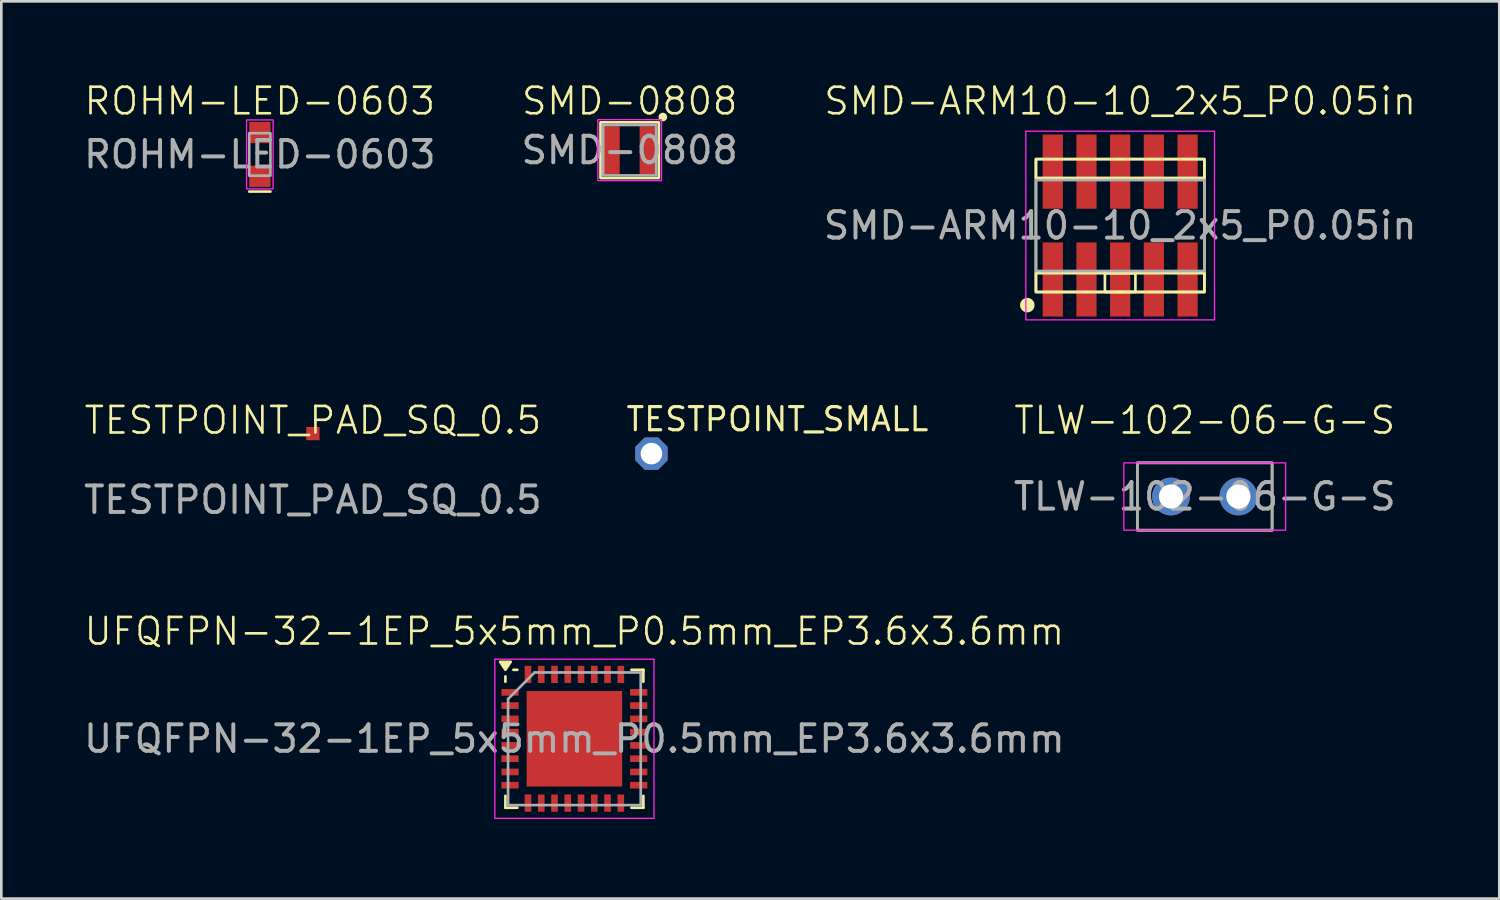
<source format=kicad_pcb>
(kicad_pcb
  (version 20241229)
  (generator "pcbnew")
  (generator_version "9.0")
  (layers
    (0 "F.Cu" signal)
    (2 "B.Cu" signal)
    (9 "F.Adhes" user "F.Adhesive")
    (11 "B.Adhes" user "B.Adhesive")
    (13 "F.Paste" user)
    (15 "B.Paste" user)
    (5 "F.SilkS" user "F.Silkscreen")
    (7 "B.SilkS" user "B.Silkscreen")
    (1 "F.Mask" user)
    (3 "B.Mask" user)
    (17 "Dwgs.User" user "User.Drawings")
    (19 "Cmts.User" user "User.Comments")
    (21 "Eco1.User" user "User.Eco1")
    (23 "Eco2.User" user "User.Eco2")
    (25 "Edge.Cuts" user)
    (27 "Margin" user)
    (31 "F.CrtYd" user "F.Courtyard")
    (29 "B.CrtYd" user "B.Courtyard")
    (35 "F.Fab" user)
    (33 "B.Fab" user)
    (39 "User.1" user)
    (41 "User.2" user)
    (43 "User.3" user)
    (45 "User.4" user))
  (footprint "SMD-ARM10-10_2x5_P0.05in"
    (layer "F.Cu")
    (at 39.173 5.452)
    (property "Reference" "SMD-ARM10-10_2x5_P0.05in" (at 0 -4.691 0) (unlocked yes) (layer "F.SilkS") (effects (font (size 1 1) (thickness 0.1))))
    (attr smd)
    (fp_rect (start -3.175 -2.505) (end 3.175 -1.795) (stroke (width 0.1) (type default)) (fill no) (layer "F.SilkS"))
    (fp_rect (start -3.175 -2.505) (end 3.175 2.505) (stroke (width 0.1) (type default)) (fill no) (layer "F.SilkS"))
    (fp_rect (start -3.175 1.795) (end 3.175 2.505) (stroke (width 0.1) (type default)) (fill no) (layer "F.SilkS"))
    (fp_rect (start -0.575 1.795) (end 0.575 2.505) (stroke (width 0.1) (type default)) (fill no) (layer "F.SilkS"))
    (fp_circle (center -3.5 3) (end -3.3 2.9) (stroke (width 0.1) (type default)) (fill yes) (layer "F.SilkS"))
    (fp_rect (start -3.556 -3.556) (end 3.556 3.556) (stroke (width 0.05) (type default)) (fill no) (layer "F.CrtYd"))
    (fp_rect (start -3.175 -1.714) (end 3.175 1.714) (stroke (width 0.1) (type default)) (fill no) (layer "F.Fab"))
    (fp_text user "${REFERENCE}" (at 0 0 0) (unlocked yes) (layer "F.Fab") (effects (font (size 1 1) (thickness 0.15))))
    (pad "1" smd rect (at -2.54 2.032) (size 0.762 2.794) (layers "F.Cu" "F.Mask" "F.Paste"))
    (pad "2" smd rect (at -2.54 -2.032) (size 0.762 2.794) (layers "F.Cu" "F.Mask" "F.Paste"))
    (pad "3" smd rect (at -1.27 2.032) (size 0.762 2.794) (layers "F.Cu" "F.Mask" "F.Paste"))
    (pad "4" smd rect (at -1.27 -2.032) (size 0.762 2.794) (layers "F.Cu" "F.Mask" "F.Paste"))
    (pad "5" smd rect (at 0 2.032) (size 0.762 2.794) (layers "F.Cu" "F.Mask" "F.Paste"))
    (pad "6" smd rect (at 0 -2.032) (size 0.762 2.794) (layers "F.Cu" "F.Mask" "F.Paste"))
    (pad "7" smd rect (at 1.27 2.032) (size 0.762 2.794) (layers "F.Cu" "F.Mask" "F.Paste"))
    (pad "8" smd rect (at 1.27 -2.032) (size 0.762 2.794) (layers "F.Cu" "F.Mask" "F.Paste"))
    (pad "9" smd rect (at 2.54 2.032) (size 0.762 2.794) (layers "F.Cu" "F.Mask" "F.Paste"))
    (pad "10" smd rect (at 2.54 -2.032) (size 0.762 2.794) (layers "F.Cu" "F.Mask" "F.Paste")))
  (footprint "UFQFPN-32-1EP_5x5mm_P0.5mm_EP3.6x3.6mm"
    (layer "F.Cu")
    (at 18.601 24.797)
    (property "Reference" "UFQFPN-32-1EP_5x5mm_P0.5mm_EP3.6x3.6mm" (at 0 -4.05 0) (unlocked yes) (layer "F.SilkS") (effects (font (size 1 1) (thickness 0.1))))
    (attr smd)
    (fp_line (start -2.6 -2.15) (end -2.6 -2.35) (stroke (width 0.1) (type solid)) (layer "F.SilkS"))
    (fp_line (start -2.6 2.6) (end -2.6 2.15) (stroke (width 0.1) (type solid)) (layer "F.SilkS"))
    (fp_line (start -2.15 -2.6) (end -2.3 -2.6) (stroke (width 0.1) (type solid)) (layer "F.SilkS"))
    (fp_line (start -2.15 2.6) (end -2.6 2.6) (stroke (width 0.1) (type solid)) (layer "F.SilkS"))
    (fp_line (start 2.15 -2.6) (end 2.6 -2.6) (stroke (width 0.1) (type solid)) (layer "F.SilkS"))
    (fp_line (start 2.15 2.6) (end 2.6 2.6) (stroke (width 0.1) (type solid)) (layer "F.SilkS"))
    (fp_line (start 2.6 -2.6) (end 2.6 -2.15) (stroke (width 0.1) (type solid)) (layer "F.SilkS"))
    (fp_line (start 2.6 2.6) (end 2.6 2.15) (stroke (width 0.1) (type solid)) (layer "F.SilkS"))
    (fp_poly (pts (xy -2.6 -2.6) (xy -2.8 -2.9) (xy -2.4 -2.9) (xy -2.6 -2.6)) (stroke (width 0.1) (type solid)) (fill yes) (layer "F.SilkS"))
    (fp_line (start -3 -3) (end -3 3) (stroke (width 0.05) (type solid)) (layer "F.CrtYd"))
    (fp_line (start -3 3) (end 3 3) (stroke (width 0.05) (type solid)) (layer "F.CrtYd"))
    (fp_line (start 3 -3) (end -3 -3) (stroke (width 0.05) (type solid)) (layer "F.CrtYd"))
    (fp_line (start 3 3) (end 3 -3) (stroke (width 0.05) (type solid)) (layer "F.CrtYd"))
    (fp_line (start -2.5 -1.5) (end -1.5 -2.5) (stroke (width 0.1) (type solid)) (layer "F.Fab"))
    (fp_line (start -2.5 2.5) (end -2.5 -1.5) (stroke (width 0.1) (type solid)) (layer "F.Fab"))
    (fp_line (start -1.5 -2.5) (end 2.5 -2.5) (stroke (width 0.1) (type solid)) (layer "F.Fab"))
    (fp_line (start 2.5 -2.5) (end 2.5 2.5) (stroke (width 0.1) (type solid)) (layer "F.Fab"))
    (fp_line (start 2.5 2.5) (end -2.5 2.5) (stroke (width 0.1) (type solid)) (layer "F.Fab"))
    (fp_text user "${REFERENCE}" (at 0 0 0) (unlocked yes) (layer "F.Fab") (effects (font (size 1 1) (thickness 0.15))))
    (pad "" smd roundrect (at -0.875 -0.875) (size 1.41 1.41) (layers "F.Paste") (roundrect_rratio 0.177))
    (pad "" smd roundrect (at -0.875 0.875) (size 1.41 1.41) (layers "F.Paste") (roundrect_rratio 0.177))
    (pad "" smd roundrect (at 0.875 -0.875) (size 1.41 1.41) (layers "F.Paste") (roundrect_rratio 0.177))
    (pad "" smd roundrect (at 0.875 0.875) (size 1.41 1.41) (layers "F.Paste") (roundrect_rratio 0.177))
    (pad "1" smd rect (at -2.425 -1.75) (size 0.65 0.25) (layers "F.Cu" "F.Mask" "F.Paste"))
    (pad "2" smd rect (at -2.425 -1.25) (size 0.65 0.25) (layers "F.Cu" "F.Mask" "F.Paste"))
    (pad "3" smd rect (at -2.425 -0.75) (size 0.65 0.25) (layers "F.Cu" "F.Mask" "F.Paste"))
    (pad "4" smd rect (at -2.425 -0.25) (size 0.65 0.25) (layers "F.Cu" "F.Mask" "F.Paste"))
    (pad "5" smd rect (at -2.425 0.25) (size 0.65 0.25) (layers "F.Cu" "F.Mask" "F.Paste"))
    (pad "6" smd rect (at -2.425 0.75) (size 0.65 0.25) (layers "F.Cu" "F.Mask" "F.Paste"))
    (pad "7" smd rect (at -2.425 1.25) (size 0.65 0.25) (layers "F.Cu" "F.Mask" "F.Paste"))
    (pad "8" smd rect (at -2.425 1.75) (size 0.65 0.25) (layers "F.Cu" "F.Mask" "F.Paste"))
    (pad "9" smd rect (at -1.75 2.425) (size 0.25 0.65) (layers "F.Cu" "F.Mask" "F.Paste"))
    (pad "10" smd rect (at -1.25 2.425) (size 0.25 0.65) (layers "F.Cu" "F.Mask" "F.Paste"))
    (pad "11" smd rect (at -0.75 2.425) (size 0.25 0.65) (layers "F.Cu" "F.Mask" "F.Paste"))
    (pad "12" smd rect (at -0.25 2.425) (size 0.25 0.65) (layers "F.Cu" "F.Mask" "F.Paste"))
    (pad "13" smd rect (at 0.25 2.425) (size 0.25 0.65) (layers "F.Cu" "F.Mask" "F.Paste"))
    (pad "14" smd rect (at 0.75 2.425) (size 0.25 0.65) (layers "F.Cu" "F.Mask" "F.Paste"))
    (pad "15" smd rect (at 1.25 2.425) (size 0.25 0.65) (layers "F.Cu" "F.Mask" "F.Paste"))
    (pad "16" smd rect (at 1.75 2.425) (size 0.25 0.65) (layers "F.Cu" "F.Mask" "F.Paste"))
    (pad "17" smd rect (at 2.425 1.75) (size 0.65 0.25) (layers "F.Cu" "F.Mask" "F.Paste"))
    (pad "18" smd rect (at 2.425 1.25) (size 0.65 0.25) (layers "F.Cu" "F.Mask" "F.Paste"))
    (pad "19" smd rect (at 2.425 0.75) (size 0.65 0.25) (layers "F.Cu" "F.Mask" "F.Paste"))
    (pad "20" smd rect (at 2.425 0.25) (size 0.65 0.25) (layers "F.Cu" "F.Mask" "F.Paste"))
    (pad "21" smd rect (at 2.425 -0.25) (size 0.65 0.25) (layers "F.Cu" "F.Mask" "F.Paste"))
    (pad "22" smd rect (at 2.425 -0.75) (size 0.65 0.25) (layers "F.Cu" "F.Mask" "F.Paste"))
    (pad "23" smd rect (at 2.425 -1.25) (size 0.65 0.25) (layers "F.Cu" "F.Mask" "F.Paste"))
    (pad "24" smd rect (at 2.425 -1.75) (size 0.65 0.25) (layers "F.Cu" "F.Mask" "F.Paste"))
    (pad "25" smd rect (at 1.75 -2.425) (size 0.25 0.65) (layers "F.Cu" "F.Mask" "F.Paste"))
    (pad "26" smd rect (at 1.25 -2.425) (size 0.25 0.65) (layers "F.Cu" "F.Mask" "F.Paste"))
    (pad "27" smd rect (at 0.75 -2.425) (size 0.25 0.65) (layers "F.Cu" "F.Mask" "F.Paste"))
    (pad "28" smd rect (at 0.25 -2.425) (size 0.25 0.65) (layers "F.Cu" "F.Mask" "F.Paste"))
    (pad "29" smd rect (at -0.25 -2.425) (size 0.25 0.65) (layers "F.Cu" "F.Mask" "F.Paste"))
    (pad "30" smd rect (at -0.75 -2.425) (size 0.25 0.65) (layers "F.Cu" "F.Mask" "F.Paste"))
    (pad "31" smd rect (at -1.25 -2.425) (size 0.25 0.65) (layers "F.Cu" "F.Mask" "F.Paste"))
    (pad "32" smd rect (at -1.75 -2.425) (size 0.25 0.65) (layers "F.Cu" "F.Mask" "F.Paste"))
    (pad "33" smd rect (at 0 0) (size 3.6 3.6) (property pad_prop_heatsink) (layers "F.Cu" "F.Mask"))
    (zone (net_name "") (layer "F.Cu") (hatch edge 0.5) (connect_pads) (min_thickness 0.25) (filled_areas_thickness no) (keepout (tracks allowed) (vias allowed) (pads allowed) (copperpour not_allowed) (footprints allowed)) (placement (enabled no)) (fill) (polygon (pts (xy 15.601 21.797) (xy 15.601 27.797) (xy 21.601 27.797) (xy 21.601 21.797)))))
  (footprint "TLW-102-06-G-S"
    (layer "F.Cu")
    (at 42.36 15.666)
    (property "Reference" "TLW-102-06-G-S" (at 0 -2.873 0) (unlocked yes) (layer "F.SilkS") (effects (font (size 1 1) (thickness 0.1))))
    (attr smd)
    (fp_rect (start -2.54 -1.27) (end 2.54 1.27) (stroke (width 0.1) (type default)) (fill no) (layer "F.SilkS"))
    (fp_rect (start -3.048 -1.27) (end 3.048 1.27) (stroke (width 0.05) (type default)) (fill no) (layer "F.CrtYd"))
    (fp_rect (start -2.54 -1.27) (end 2.54 1.27) (stroke (width 0.1) (type default)) (fill no) (layer "F.Fab"))
    (fp_text user "${REFERENCE}" (at 0 0 0) (unlocked yes) (layer "F.Fab") (effects (font (size 1 1) (thickness 0.15))))
    (pad "1" thru_hole circle (at -1.27 0) (size 1.422 1.422) (drill 0.914) (layers "*.Cu" "*.Mask"))
    (pad "2" thru_hole circle (at 1.27 0) (size 1.422 1.422) (drill 0.914) (layers "*.Cu" "*.Mask")))
  (footprint "SMD-0808"
    (layer "F.Cu")
    (at 20.685 2.611)
    (property "Reference" "SMD-0808" (at 0 -1.85 0) (unlocked yes) (layer "F.SilkS") (effects (font (size 1 1) (thickness 0.1))))
    (attr smd)
    (fp_rect (start -1.1 -1.05) (end 1.1 1.05) (stroke (width 0.1) (type default)) (fill no) (layer "F.SilkS"))
    (fp_circle (center 1.25 -1.25) (end 1.3 -1.35) (stroke (width 0.1) (type default)) (fill yes) (layer "F.SilkS"))
    (fp_rect (start -1.2 -1.15) (end 1.2 1.15) (stroke (width 0.05) (type default)) (fill no) (layer "F.CrtYd"))
    (fp_rect (start -1 -0.95) (end 1 0.95) (stroke (width 0.1) (type default)) (fill no) (layer "F.Fab"))
    (fp_text user "${REFERENCE}" (at 0 0 0) (unlocked yes) (layer "F.Fab") (effects (font (size 1 1) (thickness 0.15))))
    (pad "1" smd rect (at -0.675 0) (size 0.6 1.8) (layers "F.Cu" "F.Mask" "F.Paste"))
    (pad "2" smd rect (at 0.675 0) (size 0.6 1.8) (layers "F.Cu" "F.Mask" "F.Paste")))
  (footprint "ROHM-LED-0603"
    (layer "F.Cu")
    (at 6.744 2.771)
    (property "Reference" "ROHM-LED-0603" (at 0 -2.01 0) (unlocked yes) (layer "F.SilkS") (effects (font (size 1 1) (thickness 0.1))))
    (attr smd)
    (fp_line (start -0.4 1.4) (end 0.4 1.4) (stroke (width 0.1) (type default)) (layer "F.SilkS"))
    (fp_rect (start -0.5 -1.3) (end 0.5 1.3) (stroke (width 0.05) (type default)) (fill no) (layer "F.CrtYd"))
    (fp_rect (start -0.4 -0.8) (end 0.4 0.8) (stroke (width 0.1) (type default)) (fill no) (layer "F.Fab"))
    (fp_text user "${REFERENCE}" (at 0 0 0) (unlocked yes) (layer "F.Fab") (effects (font (size 1 1) (thickness 0.15))))
    (pad "1" smd rect (at 0 -0.825) (size 0.8 0.8) (layers "F.Cu" "F.Mask" "F.Paste"))
    (pad "2" smd rect (at 0 0.825) (size 0.8 0.8) (layers "F.Cu" "F.Mask" "F.Paste")))
  (footprint "TESTPOINT_PAD_SQ_0.5"
    (layer "F.Cu")
    (at 8.744 13.293)
    (property "Reference" "TESTPOINT_PAD_SQ_0.5" (at 0 -0.5 0) (unlocked yes) (layer "F.SilkS") (effects (font (size 1 1) (thickness 0.1))))
    (attr smd)
    (fp_text user "${REFERENCE}" (at 0 2.5 0) (unlocked yes) (layer "F.Fab") (effects (font (size 1 1) (thickness 0.15))))
    (pad "1" smd rect (at 0 0) (size 0.5 0.5) (property pad_prop_testpoint) (layers "F.Cu" "F.Mask" "F.Paste")))
  (footprint "TESTPOINT_SMALL"
    (layer "F.Cu")
    (at 21.504 14.048)
    (property "Reference" "TESTPOINT_SMALL" (at -1.016 -0.787 0) (unlocked yes) (layer "F.SilkS") (effects (font (size 0.872 0.872) (thickness 0.119)) (justify left bottom)))
    (pad "1" thru_hole roundrect (at 0 0 90) (size 1.219 1.219) (drill 0.813) (layers "*.Cu" "*.Mask") (roundrect_rratio 0.25) (chamfer_ratio 0.293) (chamfer top_left top_right bottom_left bottom_right)))
  (gr_rect
    (start -3 -3)
    (end 53.464 30.822)
    (stroke (width 0.1) (type default))
    (fill no)
    (layer "Edge.Cuts")))
</source>
